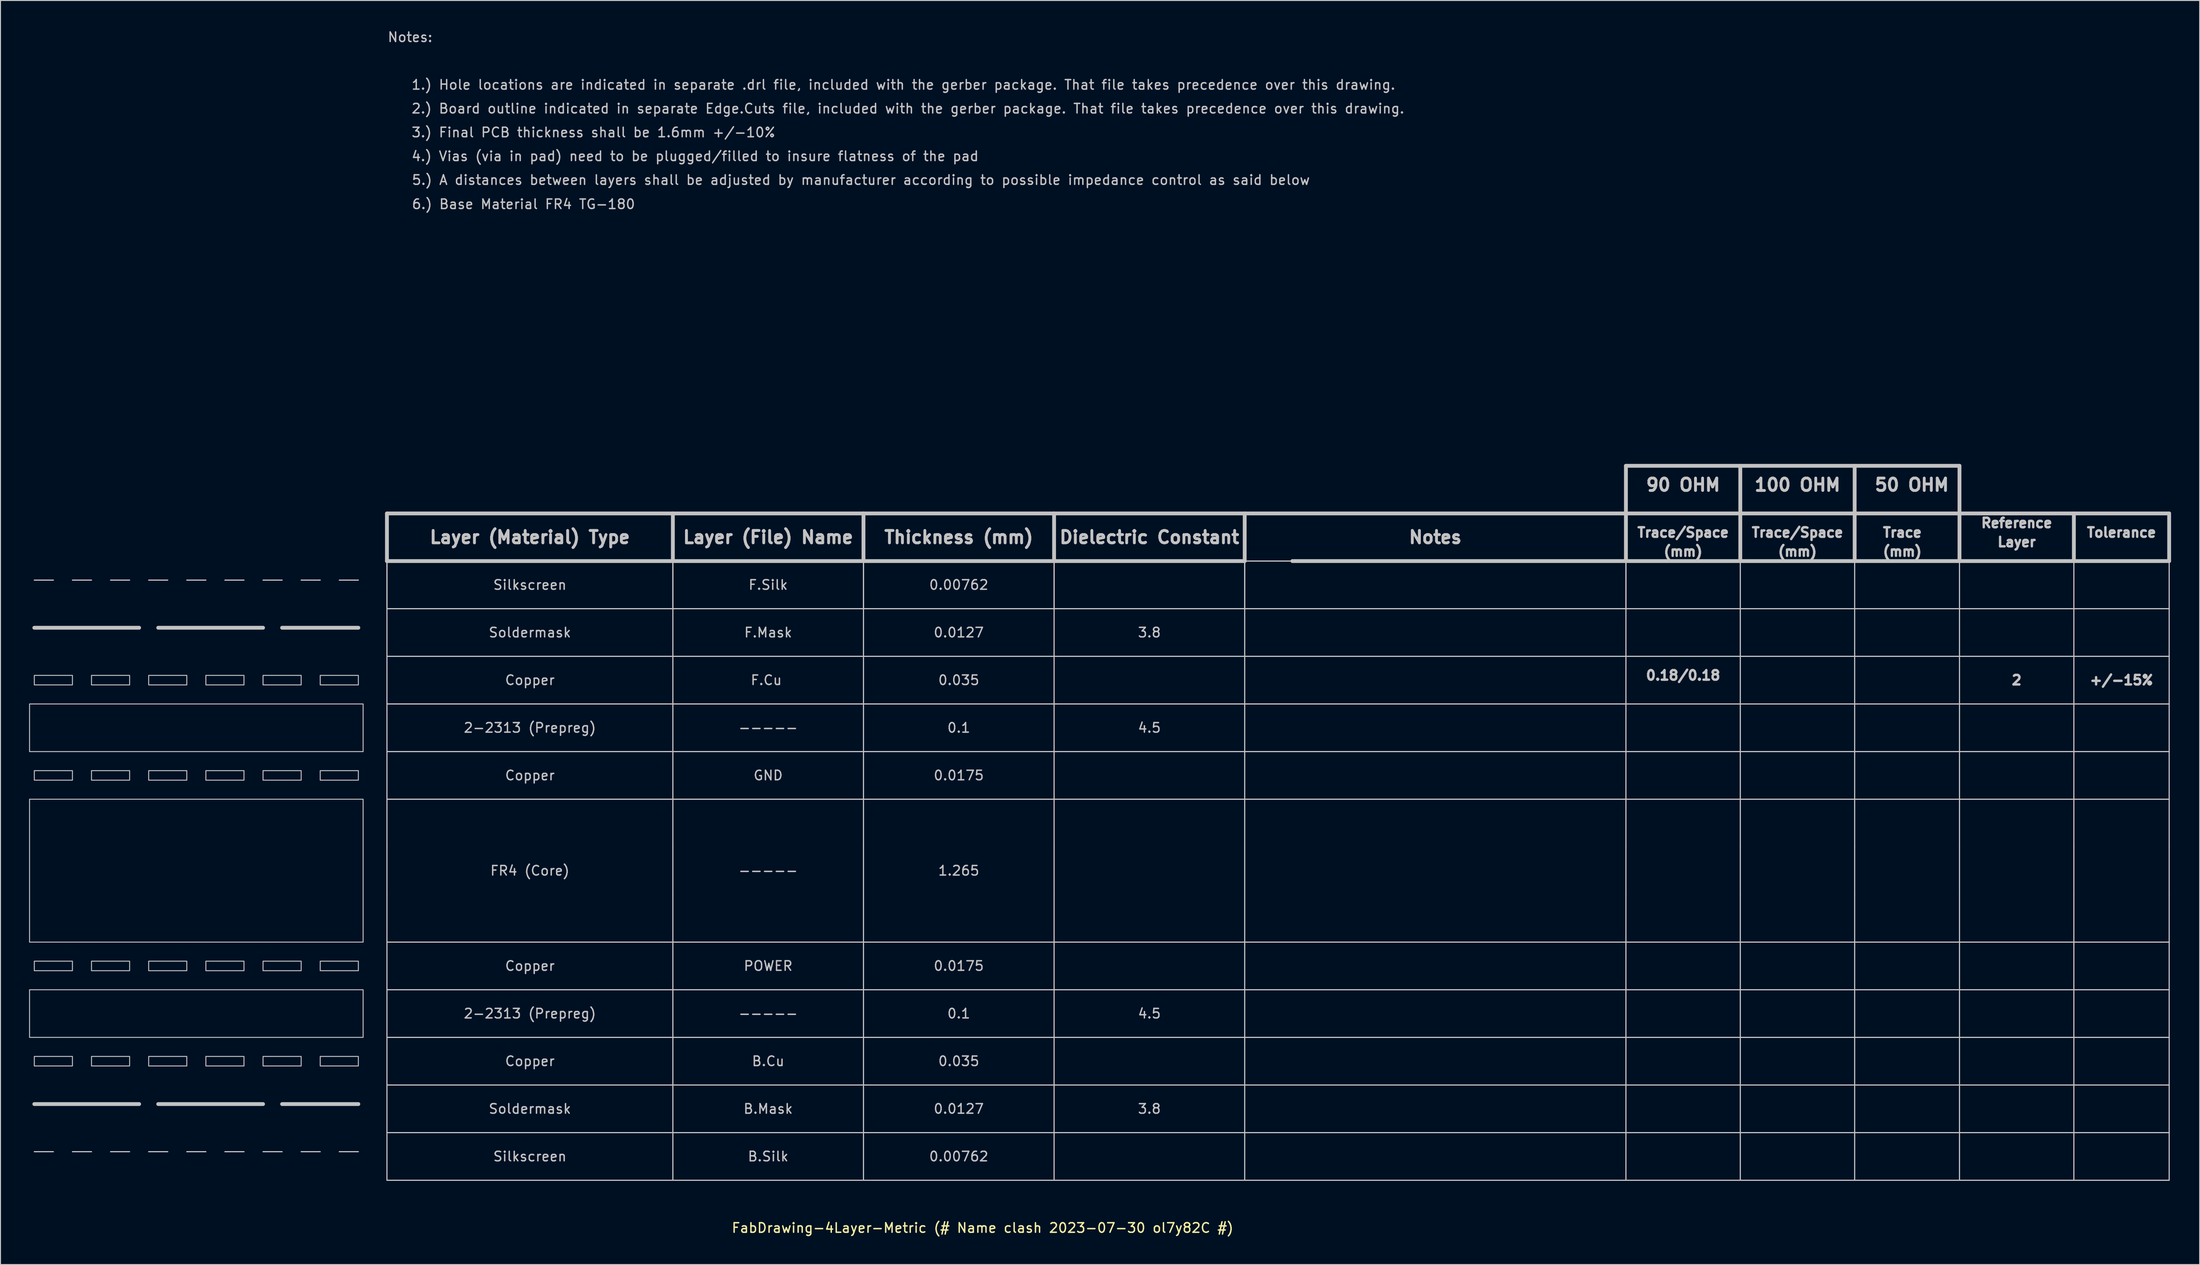
<source format=kicad_pcb>
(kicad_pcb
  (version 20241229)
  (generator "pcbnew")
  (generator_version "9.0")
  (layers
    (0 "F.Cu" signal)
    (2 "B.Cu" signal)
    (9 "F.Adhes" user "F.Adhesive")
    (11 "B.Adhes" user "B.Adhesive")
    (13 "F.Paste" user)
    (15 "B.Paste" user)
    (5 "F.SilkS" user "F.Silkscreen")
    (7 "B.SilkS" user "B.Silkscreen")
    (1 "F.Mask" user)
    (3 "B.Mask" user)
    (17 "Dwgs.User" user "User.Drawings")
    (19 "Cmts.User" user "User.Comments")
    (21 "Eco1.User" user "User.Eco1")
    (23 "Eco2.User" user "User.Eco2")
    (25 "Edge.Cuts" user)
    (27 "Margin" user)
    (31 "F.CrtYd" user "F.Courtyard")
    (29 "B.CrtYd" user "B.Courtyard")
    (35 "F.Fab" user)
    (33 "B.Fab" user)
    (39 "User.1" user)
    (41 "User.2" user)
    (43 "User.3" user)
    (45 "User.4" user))
  (footprint "FabDrawing-4Layer-Metric (# Name clash 2023-07-30 ol7y82C #)"
    (layer "F.Cu")
    (at 37.55 55.848)
    (property "Reference" "FabDrawing-4Layer-Metric (# Name clash 2023-07-30 ol7y82C #)" (at 62.5 70 0) (layer "F.SilkS") (effects (font (size 1 1) (thickness 0.15))))
    (attr through_hole)
    (fp_line (start -37 7) (end -26 7) (stroke (width 0.4) (type solid)) (layer "Dwgs.User"))
    (fp_line (start -37 57) (end -26 57) (stroke (width 0.4) (type solid)) (layer "Dwgs.User"))
    (fp_line (start -35 2) (end -37 2) (stroke (width 0.12) (type solid)) (layer "Dwgs.User"))
    (fp_line (start -35 62) (end -37 62) (stroke (width 0.12) (type solid)) (layer "Dwgs.User"))
    (fp_line (start -31 2) (end -33 2) (stroke (width 0.12) (type solid)) (layer "Dwgs.User"))
    (fp_line (start -31 62) (end -33 62) (stroke (width 0.12) (type solid)) (layer "Dwgs.User"))
    (fp_line (start -27 2) (end -29 2) (stroke (width 0.12) (type solid)) (layer "Dwgs.User"))
    (fp_line (start -27 62) (end -29 62) (stroke (width 0.12) (type solid)) (layer "Dwgs.User"))
    (fp_line (start -24 7) (end -13 7) (stroke (width 0.4) (type solid)) (layer "Dwgs.User"))
    (fp_line (start -24 57) (end -13 57) (stroke (width 0.4) (type solid)) (layer "Dwgs.User"))
    (fp_line (start -23 2) (end -25 2) (stroke (width 0.12) (type solid)) (layer "Dwgs.User"))
    (fp_line (start -23 62) (end -25 62) (stroke (width 0.12) (type solid)) (layer "Dwgs.User"))
    (fp_line (start -19 2) (end -21 2) (stroke (width 0.12) (type solid)) (layer "Dwgs.User"))
    (fp_line (start -19 62) (end -21 62) (stroke (width 0.12) (type solid)) (layer "Dwgs.User"))
    (fp_line (start -15 2) (end -17 2) (stroke (width 0.12) (type solid)) (layer "Dwgs.User"))
    (fp_line (start -15 62) (end -17 62) (stroke (width 0.12) (type solid)) (layer "Dwgs.User"))
    (fp_line (start -11 2) (end -13 2) (stroke (width 0.12) (type solid)) (layer "Dwgs.User"))
    (fp_line (start -11 7) (end -3 7) (stroke (width 0.4) (type solid)) (layer "Dwgs.User"))
    (fp_line (start -11 57) (end -3 57) (stroke (width 0.4) (type solid)) (layer "Dwgs.User"))
    (fp_line (start -11 62) (end -13 62) (stroke (width 0.12) (type solid)) (layer "Dwgs.User"))
    (fp_line (start -7 2) (end -9 2) (stroke (width 0.12) (type solid)) (layer "Dwgs.User"))
    (fp_line (start -7 62) (end -9 62) (stroke (width 0.12) (type solid)) (layer "Dwgs.User"))
    (fp_line (start -3 2) (end -5 2) (stroke (width 0.12) (type solid)) (layer "Dwgs.User"))
    (fp_line (start -3 62) (end -5 62) (stroke (width 0.12) (type solid)) (layer "Dwgs.User"))
    (fp_line (start 0 -5) (end 30 -5) (stroke (width 0.4) (type solid)) (layer "Dwgs.User"))
    (fp_line (start 0 0) (end 0 -5) (stroke (width 0.4) (type solid)) (layer "Dwgs.User"))
    (fp_line (start 0 0) (end 0 5) (stroke (width 0.12) (type solid)) (layer "Dwgs.User"))
    (fp_line (start 0 0) (end 0 5) (stroke (width 0.12) (type solid)) (layer "Dwgs.User"))
    (fp_line (start 0 0) (end 0 5) (stroke (width 0.12) (type solid)) (layer "Dwgs.User"))
    (fp_line (start 0 0) (end 30 0) (stroke (width 0.12) (type solid)) (layer "Dwgs.User"))
    (fp_line (start 0 0) (end 30 0) (stroke (width 0.12) (type solid)) (layer "Dwgs.User"))
    (fp_line (start 0 0) (end 30 0) (stroke (width 0.12) (type solid)) (layer "Dwgs.User"))
    (fp_line (start 0 5) (end 0 10) (stroke (width 0.12) (type solid)) (layer "Dwgs.User"))
    (fp_line (start 0 5) (end 30 5) (stroke (width 0.12) (type solid)) (layer "Dwgs.User"))
    (fp_line (start 0 5) (end 30 5) (stroke (width 0.12) (type solid)) (layer "Dwgs.User"))
    (fp_line (start 0 5) (end 30 5) (stroke (width 0.12) (type solid)) (layer "Dwgs.User"))
    (fp_line (start 0 10) (end 0 15) (stroke (width 0.12) (type solid)) (layer "Dwgs.User"))
    (fp_line (start 0 10) (end 30 10) (stroke (width 0.12) (type solid)) (layer "Dwgs.User"))
    (fp_line (start 0 15) (end 0 20) (stroke (width 0.12) (type solid)) (layer "Dwgs.User"))
    (fp_line (start 0 15) (end 30 15) (stroke (width 0.12) (type solid)) (layer "Dwgs.User"))
    (fp_line (start 0 15) (end 30 15) (stroke (width 0.12) (type solid)) (layer "Dwgs.User"))
    (fp_line (start 0 15) (end 30 15) (stroke (width 0.12) (type solid)) (layer "Dwgs.User"))
    (fp_line (start 0 20) (end 0 25) (stroke (width 0.12) (type solid)) (layer "Dwgs.User"))
    (fp_line (start 0 20) (end 30 20) (stroke (width 0.12) (type solid)) (layer "Dwgs.User"))
    (fp_line (start 0 25) (end 0 30) (stroke (width 0.12) (type solid)) (layer "Dwgs.User"))
    (fp_line (start 0 25) (end 30 25) (stroke (width 0.12) (type solid)) (layer "Dwgs.User"))
    (fp_line (start 0 25) (end 30 25) (stroke (width 0.12) (type solid)) (layer "Dwgs.User"))
    (fp_line (start 0 30) (end 0 35) (stroke (width 0.12) (type solid)) (layer "Dwgs.User"))
    (fp_line (start 0 35) (end 0 40) (stroke (width 0.12) (type solid)) (layer "Dwgs.User"))
    (fp_line (start 0 40) (end 0 45) (stroke (width 0.12) (type solid)) (layer "Dwgs.User"))
    (fp_line (start 0 40) (end 30 40) (stroke (width 0.12) (type solid)) (layer "Dwgs.User"))
    (fp_line (start 0 45) (end 0 50) (stroke (width 0.12) (type solid)) (layer "Dwgs.User"))
    (fp_line (start 0 45) (end 30 45) (stroke (width 0.12) (type solid)) (layer "Dwgs.User"))
    (fp_line (start 0 50) (end 0 55) (stroke (width 0.12) (type solid)) (layer "Dwgs.User"))
    (fp_line (start 0 50) (end 30 50) (stroke (width 0.12) (type solid)) (layer "Dwgs.User"))
    (fp_line (start 0 55) (end 0 60) (stroke (width 0.12) (type solid)) (layer "Dwgs.User"))
    (fp_line (start 0 55) (end 30 55) (stroke (width 0.12) (type solid)) (layer "Dwgs.User"))
    (fp_line (start 0 60) (end 0 65) (stroke (width 0.12) (type solid)) (layer "Dwgs.User"))
    (fp_line (start 0 60) (end 30 60) (stroke (width 0.12) (type solid)) (layer "Dwgs.User"))
    (fp_line (start 0 65) (end 30 65) (stroke (width 0.12) (type solid)) (layer "Dwgs.User"))
    (fp_line (start 30 -5) (end 30 0) (stroke (width 0.4) (type solid)) (layer "Dwgs.User"))
    (fp_line (start 30 0) (end 0 0) (stroke (width 0.4) (type solid)) (layer "Dwgs.User"))
    (fp_line (start 30 0) (end 30 5) (stroke (width 0.12) (type solid)) (layer "Dwgs.User"))
    (fp_line (start 30 0) (end 30 5) (stroke (width 0.12) (type solid)) (layer "Dwgs.User"))
    (fp_line (start 30 0) (end 30 5) (stroke (width 0.12) (type solid)) (layer "Dwgs.User"))
    (fp_line (start 30 0) (end 50 0) (stroke (width 0.12) (type solid)) (layer "Dwgs.User"))
    (fp_line (start 30 0) (end 50 0) (stroke (width 0.12) (type solid)) (layer "Dwgs.User"))
    (fp_line (start 30 0) (end 50 0) (stroke (width 0.12) (type solid)) (layer "Dwgs.User"))
    (fp_line (start 30 0) (end 50 0) (stroke (width 0.4) (type solid)) (layer "Dwgs.User"))
    (fp_line (start 30 5) (end 30 10) (stroke (width 0.12) (type solid)) (layer "Dwgs.User"))
    (fp_line (start 30 10) (end 30 15) (stroke (width 0.12) (type solid)) (layer "Dwgs.User"))
    (fp_line (start 30 10) (end 50 10) (stroke (width 0.12) (type solid)) (layer "Dwgs.User"))
    (fp_line (start 30 15) (end 30 20) (stroke (width 0.12) (type solid)) (layer "Dwgs.User"))
    (fp_line (start 30 20) (end 30 25) (stroke (width 0.12) (type solid)) (layer "Dwgs.User"))
    (fp_line (start 30 20) (end 50 20) (stroke (width 0.12) (type solid)) (layer "Dwgs.User"))
    (fp_line (start 30 25) (end 50 25) (stroke (width 0.12) (type solid)) (layer "Dwgs.User"))
    (fp_line (start 30 30) (end 30 25) (stroke (width 0.12) (type solid)) (layer "Dwgs.User"))
    (fp_line (start 30 35) (end 30 30) (stroke (width 0.12) (type solid)) (layer "Dwgs.User"))
    (fp_line (start 30 40) (end 30 35) (stroke (width 0.12) (type solid)) (layer "Dwgs.User"))
    (fp_line (start 30 40) (end 30 45) (stroke (width 0.12) (type solid)) (layer "Dwgs.User"))
    (fp_line (start 30 40) (end 50 40) (stroke (width 0.12) (type solid)) (layer "Dwgs.User"))
    (fp_line (start 30 45) (end 50 45) (stroke (width 0.12) (type solid)) (layer "Dwgs.User"))
    (fp_line (start 30 50) (end 30 45) (stroke (width 0.12) (type solid)) (layer "Dwgs.User"))
    (fp_line (start 30 50) (end 50 50) (stroke (width 0.12) (type solid)) (layer "Dwgs.User"))
    (fp_line (start 30 55) (end 30 50) (stroke (width 0.12) (type solid)) (layer "Dwgs.User"))
    (fp_line (start 30 60) (end 30 55) (stroke (width 0.12) (type solid)) (layer "Dwgs.User"))
    (fp_line (start 30 60) (end 50 60) (stroke (width 0.12) (type solid)) (layer "Dwgs.User"))
    (fp_line (start 30 65) (end 30 60) (stroke (width 0.12) (type solid)) (layer "Dwgs.User"))
    (fp_line (start 30 65) (end 50 65) (stroke (width 0.12) (type solid)) (layer "Dwgs.User"))
    (fp_line (start 50 -5) (end 30 -5) (stroke (width 0.4) (type solid)) (layer "Dwgs.User"))
    (fp_line (start 50 -5) (end 70 -5) (stroke (width 0.4) (type solid)) (layer "Dwgs.User"))
    (fp_line (start 50 0) (end 50 -5) (stroke (width 0.4) (type solid)) (layer "Dwgs.User"))
    (fp_line (start 50 0) (end 50 5) (stroke (width 0.12) (type solid)) (layer "Dwgs.User"))
    (fp_line (start 50 0) (end 50 5) (stroke (width 0.12) (type solid)) (layer "Dwgs.User"))
    (fp_line (start 50 0) (end 50 5) (stroke (width 0.12) (type solid)) (layer "Dwgs.User"))
    (fp_line (start 50 5) (end 30 5) (stroke (width 0.12) (type solid)) (layer "Dwgs.User"))
    (fp_line (start 50 5) (end 30 5) (stroke (width 0.12) (type solid)) (layer "Dwgs.User"))
    (fp_line (start 50 5) (end 30 5) (stroke (width 0.12) (type solid)) (layer "Dwgs.User"))
    (fp_line (start 50 5) (end 50 10) (stroke (width 0.12) (type solid)) (layer "Dwgs.User"))
    (fp_line (start 50 5) (end 70 5) (stroke (width 0.12) (type solid)) (layer "Dwgs.User"))
    (fp_line (start 50 5) (end 70 5) (stroke (width 0.12) (type solid)) (layer "Dwgs.User"))
    (fp_line (start 50 5) (end 70 5) (stroke (width 0.12) (type solid)) (layer "Dwgs.User"))
    (fp_line (start 50 10) (end 50 15) (stroke (width 0.12) (type solid)) (layer "Dwgs.User"))
    (fp_line (start 50 15) (end 30 15) (stroke (width 0.12) (type solid)) (layer "Dwgs.User"))
    (fp_line (start 50 15) (end 30 15) (stroke (width 0.12) (type solid)) (layer "Dwgs.User"))
    (fp_line (start 50 15) (end 30 15) (stroke (width 0.12) (type solid)) (layer "Dwgs.User"))
    (fp_line (start 50 15) (end 50 20) (stroke (width 0.12) (type solid)) (layer "Dwgs.User"))
    (fp_line (start 50 15) (end 70 15) (stroke (width 0.12) (type solid)) (layer "Dwgs.User"))
    (fp_line (start 50 15) (end 70 15) (stroke (width 0.12) (type solid)) (layer "Dwgs.User"))
    (fp_line (start 50 15) (end 70 15) (stroke (width 0.12) (type solid)) (layer "Dwgs.User"))
    (fp_line (start 50 20) (end 70 20) (stroke (width 0.12) (type solid)) (layer "Dwgs.User"))
    (fp_line (start 50 25) (end 30 25) (stroke (width 0.12) (type solid)) (layer "Dwgs.User"))
    (fp_line (start 50 25) (end 50 20) (stroke (width 0.12) (type solid)) (layer "Dwgs.User"))
    (fp_line (start 50 25) (end 70 25) (stroke (width 0.12) (type solid)) (layer "Dwgs.User"))
    (fp_line (start 50 25) (end 70 25) (stroke (width 0.12) (type solid)) (layer "Dwgs.User"))
    (fp_line (start 50 30) (end 50 25) (stroke (width 0.12) (type solid)) (layer "Dwgs.User"))
    (fp_line (start 50 35) (end 50 30) (stroke (width 0.12) (type solid)) (layer "Dwgs.User"))
    (fp_line (start 50 35) (end 50 40) (stroke (width 0.12) (type solid)) (layer "Dwgs.User"))
    (fp_line (start 50 40) (end 70 40) (stroke (width 0.12) (type solid)) (layer "Dwgs.User"))
    (fp_line (start 50 45) (end 50 40) (stroke (width 0.12) (type solid)) (layer "Dwgs.User"))
    (fp_line (start 50 45) (end 50 50) (stroke (width 0.12) (type solid)) (layer "Dwgs.User"))
    (fp_line (start 50 45) (end 70 45) (stroke (width 0.12) (type solid)) (layer "Dwgs.User"))
    (fp_line (start 50 50) (end 50 55) (stroke (width 0.12) (type solid)) (layer "Dwgs.User"))
    (fp_line (start 50 50) (end 70 50) (stroke (width 0.12) (type solid)) (layer "Dwgs.User"))
    (fp_line (start 50 55) (end 30 55) (stroke (width 0.12) (type solid)) (layer "Dwgs.User"))
    (fp_line (start 50 60) (end 50 55) (stroke (width 0.12) (type solid)) (layer "Dwgs.User"))
    (fp_line (start 50 60) (end 70 60) (stroke (width 0.12) (type solid)) (layer "Dwgs.User"))
    (fp_line (start 50 65) (end 50 60) (stroke (width 0.12) (type solid)) (layer "Dwgs.User"))
    (fp_line (start 50 65) (end 70 65) (stroke (width 0.12) (type solid)) (layer "Dwgs.User"))
    (fp_line (start 70 -5) (end 70 0) (stroke (width 0.4) (type solid)) (layer "Dwgs.User"))
    (fp_line (start 70 0) (end 50 0) (stroke (width 0.12) (type solid)) (layer "Dwgs.User"))
    (fp_line (start 70 0) (end 50 0) (stroke (width 0.12) (type solid)) (layer "Dwgs.User"))
    (fp_line (start 70 0) (end 50 0) (stroke (width 0.12) (type solid)) (layer "Dwgs.User"))
    (fp_line (start 70 0) (end 50 0) (stroke (width 0.4) (type solid)) (layer "Dwgs.User"))
    (fp_line (start 70 0) (end 70 5) (stroke (width 0.12) (type solid)) (layer "Dwgs.User"))
    (fp_line (start 70 0) (end 70 5) (stroke (width 0.12) (type solid)) (layer "Dwgs.User"))
    (fp_line (start 70 0) (end 70 5) (stroke (width 0.12) (type solid)) (layer "Dwgs.User"))
    (fp_line (start 70 0) (end 90 0) (stroke (width 0.12) (type solid)) (layer "Dwgs.User"))
    (fp_line (start 70 0) (end 90 0) (stroke (width 0.12) (type solid)) (layer "Dwgs.User"))
    (fp_line (start 70 0) (end 90 0) (stroke (width 0.12) (type solid)) (layer "Dwgs.User"))
    (fp_line (start 70 0) (end 90 0) (stroke (width 0.4) (type solid)) (layer "Dwgs.User"))
    (fp_line (start 70 5) (end 70 10) (stroke (width 0.12) (type solid)) (layer "Dwgs.User"))
    (fp_line (start 70 5) (end 90 5) (stroke (width 0.12) (type solid)) (layer "Dwgs.User"))
    (fp_line (start 70 5) (end 90 5) (stroke (width 0.12) (type solid)) (layer "Dwgs.User"))
    (fp_line (start 70 5) (end 90 5) (stroke (width 0.12) (type solid)) (layer "Dwgs.User"))
    (fp_line (start 70 10) (end 50 10) (stroke (width 0.12) (type solid)) (layer "Dwgs.User"))
    (fp_line (start 70 10) (end 70 15) (stroke (width 0.12) (type solid)) (layer "Dwgs.User"))
    (fp_line (start 70 10) (end 90 10) (stroke (width 0.12) (type solid)) (layer "Dwgs.User"))
    (fp_line (start 70 15) (end 70 20) (stroke (width 0.12) (type solid)) (layer "Dwgs.User"))
    (fp_line (start 70 15) (end 90 15) (stroke (width 0.12) (type solid)) (layer "Dwgs.User"))
    (fp_line (start 70 15) (end 90 15) (stroke (width 0.12) (type solid)) (layer "Dwgs.User"))
    (fp_line (start 70 15) (end 90 15) (stroke (width 0.12) (type solid)) (layer "Dwgs.User"))
    (fp_line (start 70 20) (end 90 20) (stroke (width 0.12) (type solid)) (layer "Dwgs.User"))
    (fp_line (start 70 25) (end 70 20) (stroke (width 0.12) (type solid)) (layer "Dwgs.User"))
    (fp_line (start 70 25) (end 90 25) (stroke (width 0.12) (type solid)) (layer "Dwgs.User"))
    (fp_line (start 70 25) (end 90 25) (stroke (width 0.12) (type solid)) (layer "Dwgs.User"))
    (fp_line (start 70 30) (end 70 25) (stroke (width 0.12) (type solid)) (layer "Dwgs.User"))
    (fp_line (start 70 35) (end 70 30) (stroke (width 0.12) (type solid)) (layer "Dwgs.User"))
    (fp_line (start 70 40) (end 70 35) (stroke (width 0.12) (type solid)) (layer "Dwgs.User"))
    (fp_line (start 70 40) (end 90 40) (stroke (width 0.12) (type solid)) (layer "Dwgs.User"))
    (fp_line (start 70 45) (end 70 40) (stroke (width 0.12) (type solid)) (layer "Dwgs.User"))
    (fp_line (start 70 45) (end 90 45) (stroke (width 0.12) (type solid)) (layer "Dwgs.User"))
    (fp_line (start 70 50) (end 70 45) (stroke (width 0.12) (type solid)) (layer "Dwgs.User"))
    (fp_line (start 70 50) (end 70 55) (stroke (width 0.12) (type solid)) (layer "Dwgs.User"))
    (fp_line (start 70 50) (end 90 50) (stroke (width 0.12) (type solid)) (layer "Dwgs.User"))
    (fp_line (start 70 55) (end 50 55) (stroke (width 0.12) (type solid)) (layer "Dwgs.User"))
    (fp_line (start 70 60) (end 70 55) (stroke (width 0.12) (type solid)) (layer "Dwgs.User"))
    (fp_line (start 70 60) (end 90 60) (stroke (width 0.12) (type solid)) (layer "Dwgs.User"))
    (fp_line (start 70 65) (end 70 60) (stroke (width 0.12) (type solid)) (layer "Dwgs.User"))
    (fp_line (start 70 65) (end 90 65) (stroke (width 0.12) (type solid)) (layer "Dwgs.User"))
    (fp_line (start 90 -5) (end 70 -5) (stroke (width 0.4) (type solid)) (layer "Dwgs.User"))
    (fp_line (start 90 0) (end 90 -5) (stroke (width 0.4) (type solid)) (layer "Dwgs.User"))
    (fp_line (start 90 0) (end 90 5) (stroke (width 0.12) (type solid)) (layer "Dwgs.User"))
    (fp_line (start 90 0) (end 90 5) (stroke (width 0.12) (type solid)) (layer "Dwgs.User"))
    (fp_line (start 90 0) (end 90 5) (stroke (width 0.12) (type solid)) (layer "Dwgs.User"))
    (fp_line (start 90 0) (end 130 0) (stroke (width 0.12) (type solid)) (layer "Dwgs.User"))
    (fp_line (start 90 0) (end 130 0) (stroke (width 0.12) (type solid)) (layer "Dwgs.User"))
    (fp_line (start 90 0) (end 130 0) (stroke (width 0.12) (type solid)) (layer "Dwgs.User"))
    (fp_line (start 90 5) (end 90 10) (stroke (width 0.12) (type solid)) (layer "Dwgs.User"))
    (fp_line (start 90 5) (end 130 5) (stroke (width 0.12) (type solid)) (layer "Dwgs.User"))
    (fp_line (start 90 5) (end 130 5) (stroke (width 0.12) (type solid)) (layer "Dwgs.User"))
    (fp_line (start 90 5) (end 187 5) (stroke (width 0.12) (type solid)) (layer "Dwgs.User"))
    (fp_line (start 90 10) (end 90 15) (stroke (width 0.12) (type solid)) (layer "Dwgs.User"))
    (fp_line (start 90 10) (end 187 10) (stroke (width 0.12) (type solid)) (layer "Dwgs.User"))
    (fp_line (start 90 15) (end 90 20) (stroke (width 0.12) (type solid)) (layer "Dwgs.User"))
    (fp_line (start 90 15) (end 130 15) (stroke (width 0.12) (type solid)) (layer "Dwgs.User"))
    (fp_line (start 90 15) (end 130 15) (stroke (width 0.12) (type solid)) (layer "Dwgs.User"))
    (fp_line (start 90 15) (end 187 15) (stroke (width 0.12) (type solid)) (layer "Dwgs.User"))
    (fp_line (start 90 20) (end 187 20) (stroke (width 0.12) (type solid)) (layer "Dwgs.User"))
    (fp_line (start 90 25) (end 90 20) (stroke (width 0.12) (type solid)) (layer "Dwgs.User"))
    (fp_line (start 90 25) (end 130 25) (stroke (width 0.12) (type solid)) (layer "Dwgs.User"))
    (fp_line (start 90 25) (end 187 25) (stroke (width 0.12) (type solid)) (layer "Dwgs.User"))
    (fp_line (start 90 30) (end 90 25) (stroke (width 0.12) (type solid)) (layer "Dwgs.User"))
    (fp_line (start 90 35) (end 90 30) (stroke (width 0.12) (type solid)) (layer "Dwgs.User"))
    (fp_line (start 90 40) (end 90 35) (stroke (width 0.12) (type solid)) (layer "Dwgs.User"))
    (fp_line (start 90 40) (end 90 45) (stroke (width 0.12) (type solid)) (layer "Dwgs.User"))
    (fp_line (start 90 40) (end 187 40) (stroke (width 0.12) (type solid)) (layer "Dwgs.User"))
    (fp_line (start 90 45) (end 187 45) (stroke (width 0.12) (type solid)) (layer "Dwgs.User"))
    (fp_line (start 90 50) (end 90 45) (stroke (width 0.12) (type solid)) (layer "Dwgs.User"))
    (fp_line (start 90 50) (end 90 55) (stroke (width 0.12) (type solid)) (layer "Dwgs.User"))
    (fp_line (start 90 50) (end 187 50) (stroke (width 0.12) (type solid)) (layer "Dwgs.User"))
    (fp_line (start 90 55) (end 70 55) (stroke (width 0.12) (type solid)) (layer "Dwgs.User"))
    (fp_line (start 90 55) (end 187 55) (stroke (width 0.12) (type solid)) (layer "Dwgs.User"))
    (fp_line (start 90 60) (end 90 55) (stroke (width 0.12) (type solid)) (layer "Dwgs.User"))
    (fp_line (start 90 60) (end 187 60) (stroke (width 0.12) (type solid)) (layer "Dwgs.User"))
    (fp_line (start 90 65) (end 90 60) (stroke (width 0.12) (type solid)) (layer "Dwgs.User"))
    (fp_line (start 90 65) (end 187 65) (stroke (width 0.12) (type solid)) (layer "Dwgs.User"))
    (fp_line (start 95 0) (end 187 0) (stroke (width 0.4) (type solid)) (layer "Dwgs.User"))
    (fp_line (start 130 -10) (end 165 -10) (stroke (width 0.4) (type solid)) (layer "Dwgs.User"))
    (fp_line (start 130 -5) (end 130 -10) (stroke (width 0.4) (type solid)) (layer "Dwgs.User"))
    (fp_line (start 130 0) (end 130 -5) (stroke (width 0.4) (type solid)) (layer "Dwgs.User"))
    (fp_line (start 130 0) (end 130 5) (stroke (width 0.12) (type solid)) (layer "Dwgs.User"))
    (fp_line (start 130 0) (end 130 5) (stroke (width 0.12) (type solid)) (layer "Dwgs.User"))
    (fp_line (start 130 0) (end 130 5) (stroke (width 0.12) (type solid)) (layer "Dwgs.User"))
    (fp_line (start 130 5) (end 130 10) (stroke (width 0.12) (type solid)) (layer "Dwgs.User"))
    (fp_line (start 130 10) (end 130 15) (stroke (width 0.12) (type solid)) (layer "Dwgs.User"))
    (fp_line (start 130 15) (end 130 20) (stroke (width 0.12) (type solid)) (layer "Dwgs.User"))
    (fp_line (start 130 25) (end 130 20) (stroke (width 0.12) (type solid)) (layer "Dwgs.User"))
    (fp_line (start 130 25) (end 130 30) (stroke (width 0.12) (type solid)) (layer "Dwgs.User"))
    (fp_line (start 130 30) (end 130 35) (stroke (width 0.12) (type solid)) (layer "Dwgs.User"))
    (fp_line (start 130 40) (end 130 35) (stroke (width 0.12) (type solid)) (layer "Dwgs.User"))
    (fp_line (start 130 45) (end 130 40) (stroke (width 0.12) (type solid)) (layer "Dwgs.User"))
    (fp_line (start 130 50) (end 130 45) (stroke (width 0.12) (type solid)) (layer "Dwgs.User"))
    (fp_line (start 130 50) (end 130 55) (stroke (width 0.12) (type solid)) (layer "Dwgs.User"))
    (fp_line (start 130 60) (end 130 55) (stroke (width 0.12) (type solid)) (layer "Dwgs.User"))
    (fp_line (start 130 65) (end 130 60) (stroke (width 0.12) (type solid)) (layer "Dwgs.User"))
    (fp_line (start 142 -5) (end 142 -10) (stroke (width 0.4) (type solid)) (layer "Dwgs.User"))
    (fp_line (start 142 0) (end 142 -5) (stroke (width 0.4) (type solid)) (layer "Dwgs.User"))
    (fp_line (start 142 0) (end 142 5) (stroke (width 0.12) (type solid)) (layer "Dwgs.User"))
    (fp_line (start 142 5) (end 142 10) (stroke (width 0.12) (type solid)) (layer "Dwgs.User"))
    (fp_line (start 142 10) (end 142 15) (stroke (width 0.12) (type solid)) (layer "Dwgs.User"))
    (fp_line (start 142 15) (end 142 20) (stroke (width 0.12) (type solid)) (layer "Dwgs.User"))
    (fp_line (start 142 20) (end 142 25) (stroke (width 0.12) (type solid)) (layer "Dwgs.User"))
    (fp_line (start 142 25) (end 142 30) (stroke (width 0.12) (type solid)) (layer "Dwgs.User"))
    (fp_line (start 142 30) (end 142 35) (stroke (width 0.12) (type solid)) (layer "Dwgs.User"))
    (fp_line (start 142 35) (end 142 40) (stroke (width 0.12) (type solid)) (layer "Dwgs.User"))
    (fp_line (start 142 40) (end 142 45) (stroke (width 0.12) (type solid)) (layer "Dwgs.User"))
    (fp_line (start 142 45) (end 142 50) (stroke (width 0.12) (type solid)) (layer "Dwgs.User"))
    (fp_line (start 142 50) (end 142 55) (stroke (width 0.12) (type solid)) (layer "Dwgs.User"))
    (fp_line (start 142 55) (end 142 60) (stroke (width 0.12) (type solid)) (layer "Dwgs.User"))
    (fp_line (start 142 60) (end 142 65) (stroke (width 0.12) (type solid)) (layer "Dwgs.User"))
    (fp_line (start 154 -5) (end 154 -10) (stroke (width 0.4) (type solid)) (layer "Dwgs.User"))
    (fp_line (start 154 0) (end 154 -5) (stroke (width 0.4) (type solid)) (layer "Dwgs.User"))
    (fp_line (start 154 0) (end 154 5) (stroke (width 0.12) (type solid)) (layer "Dwgs.User"))
    (fp_line (start 154 5) (end 154 10) (stroke (width 0.12) (type solid)) (layer "Dwgs.User"))
    (fp_line (start 154 10) (end 154 15) (stroke (width 0.12) (type solid)) (layer "Dwgs.User"))
    (fp_line (start 154 15) (end 154 20) (stroke (width 0.12) (type solid)) (layer "Dwgs.User"))
    (fp_line (start 154 20) (end 154 25) (stroke (width 0.12) (type solid)) (layer "Dwgs.User"))
    (fp_line (start 154 25) (end 154 30) (stroke (width 0.12) (type solid)) (layer "Dwgs.User"))
    (fp_line (start 154 30) (end 154 35) (stroke (width 0.12) (type solid)) (layer "Dwgs.User"))
    (fp_line (start 154 35) (end 154 40) (stroke (width 0.12) (type solid)) (layer "Dwgs.User"))
    (fp_line (start 154 40) (end 154 45) (stroke (width 0.12) (type solid)) (layer "Dwgs.User"))
    (fp_line (start 154 45) (end 154 50) (stroke (width 0.12) (type solid)) (layer "Dwgs.User"))
    (fp_line (start 154 50) (end 154 55) (stroke (width 0.12) (type solid)) (layer "Dwgs.User"))
    (fp_line (start 154 55) (end 154 60) (stroke (width 0.12) (type solid)) (layer "Dwgs.User"))
    (fp_line (start 154 60) (end 154 65) (stroke (width 0.12) (type solid)) (layer "Dwgs.User"))
    (fp_line (start 165 -5) (end 165 -10) (stroke (width 0.4) (type solid)) (layer "Dwgs.User"))
    (fp_line (start 165 0) (end 165 -5) (stroke (width 0.4) (type solid)) (layer "Dwgs.User"))
    (fp_line (start 165 0) (end 165 5) (stroke (width 0.12) (type solid)) (layer "Dwgs.User"))
    (fp_line (start 165 5) (end 165 10) (stroke (width 0.12) (type solid)) (layer "Dwgs.User"))
    (fp_line (start 165 10) (end 165 15) (stroke (width 0.12) (type solid)) (layer "Dwgs.User"))
    (fp_line (start 165 15) (end 165 20) (stroke (width 0.12) (type solid)) (layer "Dwgs.User"))
    (fp_line (start 165 20) (end 165 25) (stroke (width 0.12) (type solid)) (layer "Dwgs.User"))
    (fp_line (start 165 25) (end 165 30) (stroke (width 0.12) (type solid)) (layer "Dwgs.User"))
    (fp_line (start 165 30) (end 165 35) (stroke (width 0.12) (type solid)) (layer "Dwgs.User"))
    (fp_line (start 165 35) (end 165 40) (stroke (width 0.12) (type solid)) (layer "Dwgs.User"))
    (fp_line (start 165 40) (end 165 45) (stroke (width 0.12) (type solid)) (layer "Dwgs.User"))
    (fp_line (start 165 45) (end 165 50) (stroke (width 0.12) (type solid)) (layer "Dwgs.User"))
    (fp_line (start 165 50) (end 165 55) (stroke (width 0.12) (type solid)) (layer "Dwgs.User"))
    (fp_line (start 165 55) (end 165 60) (stroke (width 0.12) (type solid)) (layer "Dwgs.User"))
    (fp_line (start 165 60) (end 165 65) (stroke (width 0.12) (type solid)) (layer "Dwgs.User"))
    (fp_line (start 177 0) (end 177 -5) (stroke (width 0.4) (type solid)) (layer "Dwgs.User"))
    (fp_line (start 177 0) (end 177 5) (stroke (width 0.12) (type solid)) (layer "Dwgs.User"))
    (fp_line (start 177 5) (end 177 10) (stroke (width 0.12) (type solid)) (layer "Dwgs.User"))
    (fp_line (start 177 10) (end 177 15) (stroke (width 0.12) (type solid)) (layer "Dwgs.User"))
    (fp_line (start 177 15) (end 177 20) (stroke (width 0.12) (type solid)) (layer "Dwgs.User"))
    (fp_line (start 177 20) (end 177 25) (stroke (width 0.12) (type solid)) (layer "Dwgs.User"))
    (fp_line (start 177 25) (end 177 30) (stroke (width 0.12) (type solid)) (layer "Dwgs.User"))
    (fp_line (start 177 30) (end 177 35) (stroke (width 0.12) (type solid)) (layer "Dwgs.User"))
    (fp_line (start 177 35) (end 177 40) (stroke (width 0.12) (type solid)) (layer "Dwgs.User"))
    (fp_line (start 177 40) (end 177 45) (stroke (width 0.12) (type solid)) (layer "Dwgs.User"))
    (fp_line (start 177 45) (end 177 50) (stroke (width 0.12) (type solid)) (layer "Dwgs.User"))
    (fp_line (start 177 50) (end 177 55) (stroke (width 0.12) (type solid)) (layer "Dwgs.User"))
    (fp_line (start 177 55) (end 177 60) (stroke (width 0.12) (type solid)) (layer "Dwgs.User"))
    (fp_line (start 177 60) (end 177 65) (stroke (width 0.12) (type solid)) (layer "Dwgs.User"))
    (fp_line (start 187 -5) (end 90 -5) (stroke (width 0.4) (type solid)) (layer "Dwgs.User"))
    (fp_line (start 187 0) (end 187 -5) (stroke (width 0.4) (type solid)) (layer "Dwgs.User"))
    (fp_line (start 187 0) (end 187 5) (stroke (width 0.12) (type solid)) (layer "Dwgs.User"))
    (fp_line (start 187 5) (end 187 10) (stroke (width 0.12) (type solid)) (layer "Dwgs.User"))
    (fp_line (start 187 10) (end 187 15) (stroke (width 0.12) (type solid)) (layer "Dwgs.User"))
    (fp_line (start 187 15) (end 187 20) (stroke (width 0.12) (type solid)) (layer "Dwgs.User"))
    (fp_line (start 187 20) (end 187 25) (stroke (width 0.12) (type solid)) (layer "Dwgs.User"))
    (fp_line (start 187 25) (end 187 30) (stroke (width 0.12) (type solid)) (layer "Dwgs.User"))
    (fp_line (start 187 30) (end 187 35) (stroke (width 0.12) (type solid)) (layer "Dwgs.User"))
    (fp_line (start 187 35) (end 187 40) (stroke (width 0.12) (type solid)) (layer "Dwgs.User"))
    (fp_line (start 187 40) (end 187 45) (stroke (width 0.12) (type solid)) (layer "Dwgs.User"))
    (fp_line (start 187 45) (end 187 50) (stroke (width 0.12) (type solid)) (layer "Dwgs.User"))
    (fp_line (start 187 50) (end 187 55) (stroke (width 0.12) (type solid)) (layer "Dwgs.User"))
    (fp_line (start 187 55) (end 187 60) (stroke (width 0.12) (type solid)) (layer "Dwgs.User"))
    (fp_line (start 187 60) (end 187 65) (stroke (width 0.12) (type solid)) (layer "Dwgs.User"))
    (fp_poly (pts (xy -33 13) (xy -37 13) (xy -37 12) (xy -33 12)) (stroke (width 0.1) (type solid)) (fill no) (layer "Dwgs.User"))
    (fp_poly (pts (xy -33 23) (xy -37 23) (xy -37 22) (xy -33 22)) (stroke (width 0.1) (type solid)) (fill no) (layer "Dwgs.User"))
    (fp_poly (pts (xy -33 43) (xy -37 43) (xy -37 42) (xy -33 42)) (stroke (width 0.1) (type solid)) (fill no) (layer "Dwgs.User"))
    (fp_poly (pts (xy -33 53) (xy -37 53) (xy -37 52) (xy -33 52)) (stroke (width 0.1) (type solid)) (fill no) (layer "Dwgs.User"))
    (fp_poly (pts (xy -27 13) (xy -31 13) (xy -31 12) (xy -27 12)) (stroke (width 0.1) (type solid)) (fill no) (layer "Dwgs.User"))
    (fp_poly (pts (xy -27 23) (xy -31 23) (xy -31 22) (xy -27 22)) (stroke (width 0.1) (type solid)) (fill no) (layer "Dwgs.User"))
    (fp_poly (pts (xy -27 43) (xy -31 43) (xy -31 42) (xy -27 42)) (stroke (width 0.1) (type solid)) (fill no) (layer "Dwgs.User"))
    (fp_poly (pts (xy -27 53) (xy -31 53) (xy -31 52) (xy -27 52)) (stroke (width 0.1) (type solid)) (fill no) (layer "Dwgs.User"))
    (fp_poly (pts (xy -21 13) (xy -25 13) (xy -25 12) (xy -21 12)) (stroke (width 0.1) (type solid)) (fill no) (layer "Dwgs.User"))
    (fp_poly (pts (xy -21 23) (xy -25 23) (xy -25 22) (xy -21 22)) (stroke (width 0.1) (type solid)) (fill no) (layer "Dwgs.User"))
    (fp_poly (pts (xy -21 43) (xy -25 43) (xy -25 42) (xy -21 42)) (stroke (width 0.1) (type solid)) (fill no) (layer "Dwgs.User"))
    (fp_poly (pts (xy -21 53) (xy -25 53) (xy -25 52) (xy -21 52)) (stroke (width 0.1) (type solid)) (fill no) (layer "Dwgs.User"))
    (fp_poly (pts (xy -15 13) (xy -19 13) (xy -19 12) (xy -15 12)) (stroke (width 0.1) (type solid)) (fill no) (layer "Dwgs.User"))
    (fp_poly (pts (xy -15 23) (xy -19 23) (xy -19 22) (xy -15 22)) (stroke (width 0.1) (type solid)) (fill no) (layer "Dwgs.User"))
    (fp_poly (pts (xy -15 43) (xy -19 43) (xy -19 42) (xy -15 42)) (stroke (width 0.1) (type solid)) (fill no) (layer "Dwgs.User"))
    (fp_poly (pts (xy -15 53) (xy -19 53) (xy -19 52) (xy -15 52)) (stroke (width 0.1) (type solid)) (fill no) (layer "Dwgs.User"))
    (fp_poly (pts (xy -9 13) (xy -13 13) (xy -13 12) (xy -9 12)) (stroke (width 0.1) (type solid)) (fill no) (layer "Dwgs.User"))
    (fp_poly (pts (xy -9 23) (xy -13 23) (xy -13 22) (xy -9 22)) (stroke (width 0.1) (type solid)) (fill no) (layer "Dwgs.User"))
    (fp_poly (pts (xy -9 43) (xy -13 43) (xy -13 42) (xy -9 42)) (stroke (width 0.1) (type solid)) (fill no) (layer "Dwgs.User"))
    (fp_poly (pts (xy -9 53) (xy -13 53) (xy -13 52) (xy -9 52)) (stroke (width 0.1) (type solid)) (fill no) (layer "Dwgs.User"))
    (fp_poly (pts (xy -3 13) (xy -7 13) (xy -7 12) (xy -3 12)) (stroke (width 0.1) (type solid)) (fill no) (layer "Dwgs.User"))
    (fp_poly (pts (xy -3 23) (xy -7 23) (xy -7 22) (xy -3 22)) (stroke (width 0.1) (type solid)) (fill no) (layer "Dwgs.User"))
    (fp_poly (pts (xy -3 43) (xy -7 43) (xy -7 42) (xy -3 42)) (stroke (width 0.1) (type solid)) (fill no) (layer "Dwgs.User"))
    (fp_poly (pts (xy -3 53) (xy -7 53) (xy -7 52) (xy -3 52)) (stroke (width 0.1) (type solid)) (fill no) (layer "Dwgs.User"))
    (fp_poly (pts (xy -2.5 20) (xy -37.5 20) (xy -37.5 15) (xy -2.5 15)) (stroke (width 0.1) (type solid)) (fill no) (layer "Dwgs.User"))
    (fp_poly (pts (xy -2.5 40) (xy -37.5 40) (xy -37.5 25) (xy -2.5 25)) (stroke (width 0.1) (type solid)) (fill no) (layer "Dwgs.User"))
    (fp_poly (pts (xy -2.5 50) (xy -37.5 50) (xy -37.5 45) (xy -2.5 45)) (stroke (width 0.1) (type solid)) (fill no) (layer "Dwgs.User"))
    (fp_text user "Copper" (at 15 52.5 0) (layer "Dwgs.User") (effects (font (size 1 1) (thickness 0.15))))
    (fp_text user "(mm)" (at 159 -1 0) (layer "Dwgs.User") (effects (font (size 1 1) (thickness 0.25))))
    (fp_text user "4.5" (at 80 17.5 0) (layer "Dwgs.User") (effects (font (size 1 1) (thickness 0.15))))
    (fp_text user "50 OHM" (at 160 -8 0) (layer "Dwgs.User") (effects (font (size 1.3 1.3) (thickness 0.3))))
    (fp_text user "0.0127" (at 60 7.5 0) (layer "Dwgs.User") (effects (font (size 1 1) (thickness 0.15))))
    (fp_text user "FR4 (Core)" (at 15 32.5 0) (layer "Dwgs.User") (effects (font (size 1 1) (thickness 0.15))))
    (fp_text user "3.8" (at 80 7.5 0) (layer "Dwgs.User") (effects (font (size 1 1) (thickness 0.15))))
    (fp_text user "2.) Board outline indicated in separate Edge.Cuts file, included with the gerber package. That file takes precedence over this drawing." (at 2.5 -47.5 0) (layer "Dwgs.User") (effects (font (size 1 1) (thickness 0.15)) (justify left)))
    (fp_text user "90 OHM" (at 136 -8 0) (layer "Dwgs.User") (effects (font (size 1.3 1.3) (thickness 0.3))))
    (fp_text user "Silkscreen" (at 15 62.5 0) (layer "Dwgs.User") (effects (font (size 1 1) (thickness 0.15))))
    (fp_text user "Copper" (at 15 12.5 0) (layer "Dwgs.User") (effects (font (size 1 1) (thickness 0.15))))
    (fp_text user "3.) Final PCB thickness shall be 1.6mm +/-10%" (at 2.5 -45 0) (layer "Dwgs.User") (effects (font (size 1 1) (thickness 0.15)) (justify left)))
    (fp_text user "100 OHM" (at 148 -8 0) (layer "Dwgs.User") (effects (font (size 1.3 1.3) (thickness 0.3))))
    (fp_text user "2-2313 (Prepreg)" (at 15 17.5 0) (layer "Dwgs.User") (effects (font (size 1 1) (thickness 0.15))))
    (fp_text user "Layer (Material) Type" (at 15 -2.5 0) (layer "Dwgs.User") (effects (font (size 1.3 1.3) (thickness 0.3))))
    (fp_text user "Reference" (at 171 -4 0) (layer "Dwgs.User") (effects (font (size 1 1) (thickness 0.25))))
    (fp_text user "0.18/0.18" (at 136 12 0) (layer "Dwgs.User") (effects (font (size 1 1) (thickness 0.25))))
    (fp_text user "0.0127" (at 60 57.5 0) (layer "Dwgs.User") (effects (font (size 1 1) (thickness 0.15))))
    (fp_text user "2-2313 (Prepreg)" (at 15 47.5 0) (layer "Dwgs.User") (effects (font (size 1 1) (thickness 0.15))))
    (fp_text user "B.Mask" (at 40 57.5 0) (layer "Dwgs.User") (effects (font (size 1 1) (thickness 0.15))))
    (fp_text user "Tolerance" (at 182 -3 0) (layer "Dwgs.User") (effects (font (size 1 1) (thickness 0.25))))
    (fp_text user "Trace/Space" (at 136 -3 0) (layer "Dwgs.User") (effects (font (size 1 1) (thickness 0.25))))
    (fp_text user "-----" (at 40 17.5 0) (layer "Dwgs.User") (effects (font (size 1 1) (thickness 0.15))))
    (fp_text user "Silkscreen" (at 15 2.5 0) (layer "Dwgs.User") (effects (font (size 1 1) (thickness 0.15))))
    (fp_text user "(mm)" (at 136 -1 0) (layer "Dwgs.User") (effects (font (size 1 1) (thickness 0.25))))
    (fp_text user "Copper" (at 15 22.5 0) (layer "Dwgs.User") (effects (font (size 1 1) (thickness 0.15))))
    (fp_text user "6.) Base Material FR4 TG-180" (at 2.54 -37.465 0) (layer "Dwgs.User") (effects (font (size 1 1) (thickness 0.15)) (justify left)))
    (fp_text user "3.8" (at 80 57.5 0) (layer "Dwgs.User") (effects (font (size 1 1) (thickness 0.15))))
    (fp_text user "2" (at 171 12.5 0) (layer "Dwgs.User") (effects (font (size 1 1) (thickness 0.25))))
    (fp_text user "GND" (at 40 22.5 0) (layer "Dwgs.User") (effects (font (size 1 1) (thickness 0.15))))
    (fp_text user "Notes:" (at 0 -55 0) (layer "Dwgs.User") (effects (font (size 1 1) (thickness 0.15)) (justify left)))
    (fp_text user "Soldermask" (at 15 7.5 0) (layer "Dwgs.User") (effects (font (size 1 1) (thickness 0.15))))
    (fp_text user "5.) A distances between layers shall be adjusted by manufacturer according to possible impedance control as said below" (at 2.54 -40.005 0) (layer "Dwgs.User") (effects (font (size 1 1) (thickness 0.15)) (justify left)))
    (fp_text user "-----" (at 40 47.5 0) (layer "Dwgs.User") (effects (font (size 1 1) (thickness 0.15))))
    (fp_text user "Trace/Space" (at 148 -3 0) (layer "Dwgs.User") (effects (font (size 1 1) (thickness 0.25))))
    (fp_text user "Dielectric Constant" (at 80 -2.5 0) (layer "Dwgs.User") (effects (font (size 1.3 1.3) (thickness 0.3))))
    (fp_text user "-----" (at 40 32.5 0) (layer "Dwgs.User") (effects (font (size 1 1) (thickness 0.15))))
    (fp_text user "B.Silk" (at 40 62.5 0) (layer "Dwgs.User") (effects (font (size 1 1) (thickness 0.15))))
    (fp_text user "4.) Vias (via in pad) need to be plugged/filled to insure flatness of the pad" (at 2.5 -42.5 0) (layer "Dwgs.User") (effects (font (size 1 1) (thickness 0.15)) (justify left)))
    (fp_text user "0.1" (at 60 47.5 0) (layer "Dwgs.User") (effects (font (size 1 1) (thickness 0.15))))
    (fp_text user "0.0175" (at 60 42.5 0) (layer "Dwgs.User") (effects (font (size 1 1) (thickness 0.15))))
    (fp_text user "Layer" (at 171 -2 0) (layer "Dwgs.User") (effects (font (size 1 1) (thickness 0.25))))
    (fp_text user "0.035" (at 60 52.5 0) (layer "Dwgs.User") (effects (font (size 1 1) (thickness 0.15))))
    (fp_text user "0.0175" (at 60 22.5 0) (layer "Dwgs.User") (effects (font (size 1 1) (thickness 0.15))))
    (fp_text user "F.Mask" (at 40 7.5 0) (layer "Dwgs.User") (effects (font (size 1 1) (thickness 0.15))))
    (fp_text user "0.1" (at 60 17.5 0) (layer "Dwgs.User") (effects (font (size 1 1) (thickness 0.15))))
    (fp_text user "Soldermask" (at 15 57.5 0) (layer "Dwgs.User") (effects (font (size 1 1) (thickness 0.15))))
    (fp_text user "(mm)" (at 148 -1 0) (layer "Dwgs.User") (effects (font (size 1 1) (thickness 0.25))))
    (fp_text user "Thickness (mm)" (at 60 -2.5 0) (layer "Dwgs.User") (effects (font (size 1.3 1.3) (thickness 0.3))))
    (fp_text user "0.00762" (at 60 62.5 0) (layer "Dwgs.User") (effects (font (size 1 1) (thickness 0.15))))
    (fp_text user "0.035" (at 60 12.5 0) (layer "Dwgs.User") (effects (font (size 1 1) (thickness 0.15))))
    (fp_text user "Copper" (at 15 42.5 0) (layer "Dwgs.User") (effects (font (size 1 1) (thickness 0.15))))
    (fp_text user "4.5" (at 80 47.5 0) (layer "Dwgs.User") (effects (font (size 1 1) (thickness 0.15))))
    (fp_text user "F.Silk" (at 40 2.5 0) (layer "Dwgs.User") (effects (font (size 1 1) (thickness 0.15))))
    (fp_text user "B.Cu" (at 40 52.5 0) (layer "Dwgs.User") (effects (font (size 1 1) (thickness 0.15))))
    (fp_text user "1.) Hole locations are indicated in separate .drl file, included with the gerber package. That file takes precedence over this drawing." (at 2.5 -50 0) (layer "Dwgs.User") (effects (font (size 1 1) (thickness 0.15)) (justify left)))
    (fp_text user "Trace" (at 159 -3 0) (layer "Dwgs.User") (effects (font (size 1 1) (thickness 0.25))))
    (fp_text user "Notes" (at 110 -2.5 0) (layer "Dwgs.User") (effects (font (size 1.3 1.3) (thickness 0.3))))
    (fp_text user "POWER" (at 40 42.5 0) (layer "Dwgs.User") (effects (font (size 1 1) (thickness 0.15))))
    (fp_text user "0.00762" (at 60 2.5 0) (layer "Dwgs.User") (effects (font (size 1 1) (thickness 0.15))))
    (fp_text user "+/-15%" (at 182 12.5 0) (layer "Dwgs.User") (effects (font (size 1 1) (thickness 0.25))))
    (fp_text user "F.Cu" (at 39.8 12.5 0) (layer "Dwgs.User") (effects (font (size 1 1) (thickness 0.15))))
    (fp_text user "Layer (File) Name" (at 40 -2.5 0) (layer "Dwgs.User") (effects (font (size 1.3 1.3) (thickness 0.3))))
    (fp_text user "1.265" (at 60 32.5 0) (layer "Dwgs.User") (effects (font (size 1 1) (thickness 0.15)))))
  (gr_rect
    (start -3 -3)
    (end 227.75 129.696)
    (stroke (width 0.1) (type default))
    (fill no)
    (layer "Edge.Cuts")))
</source>
